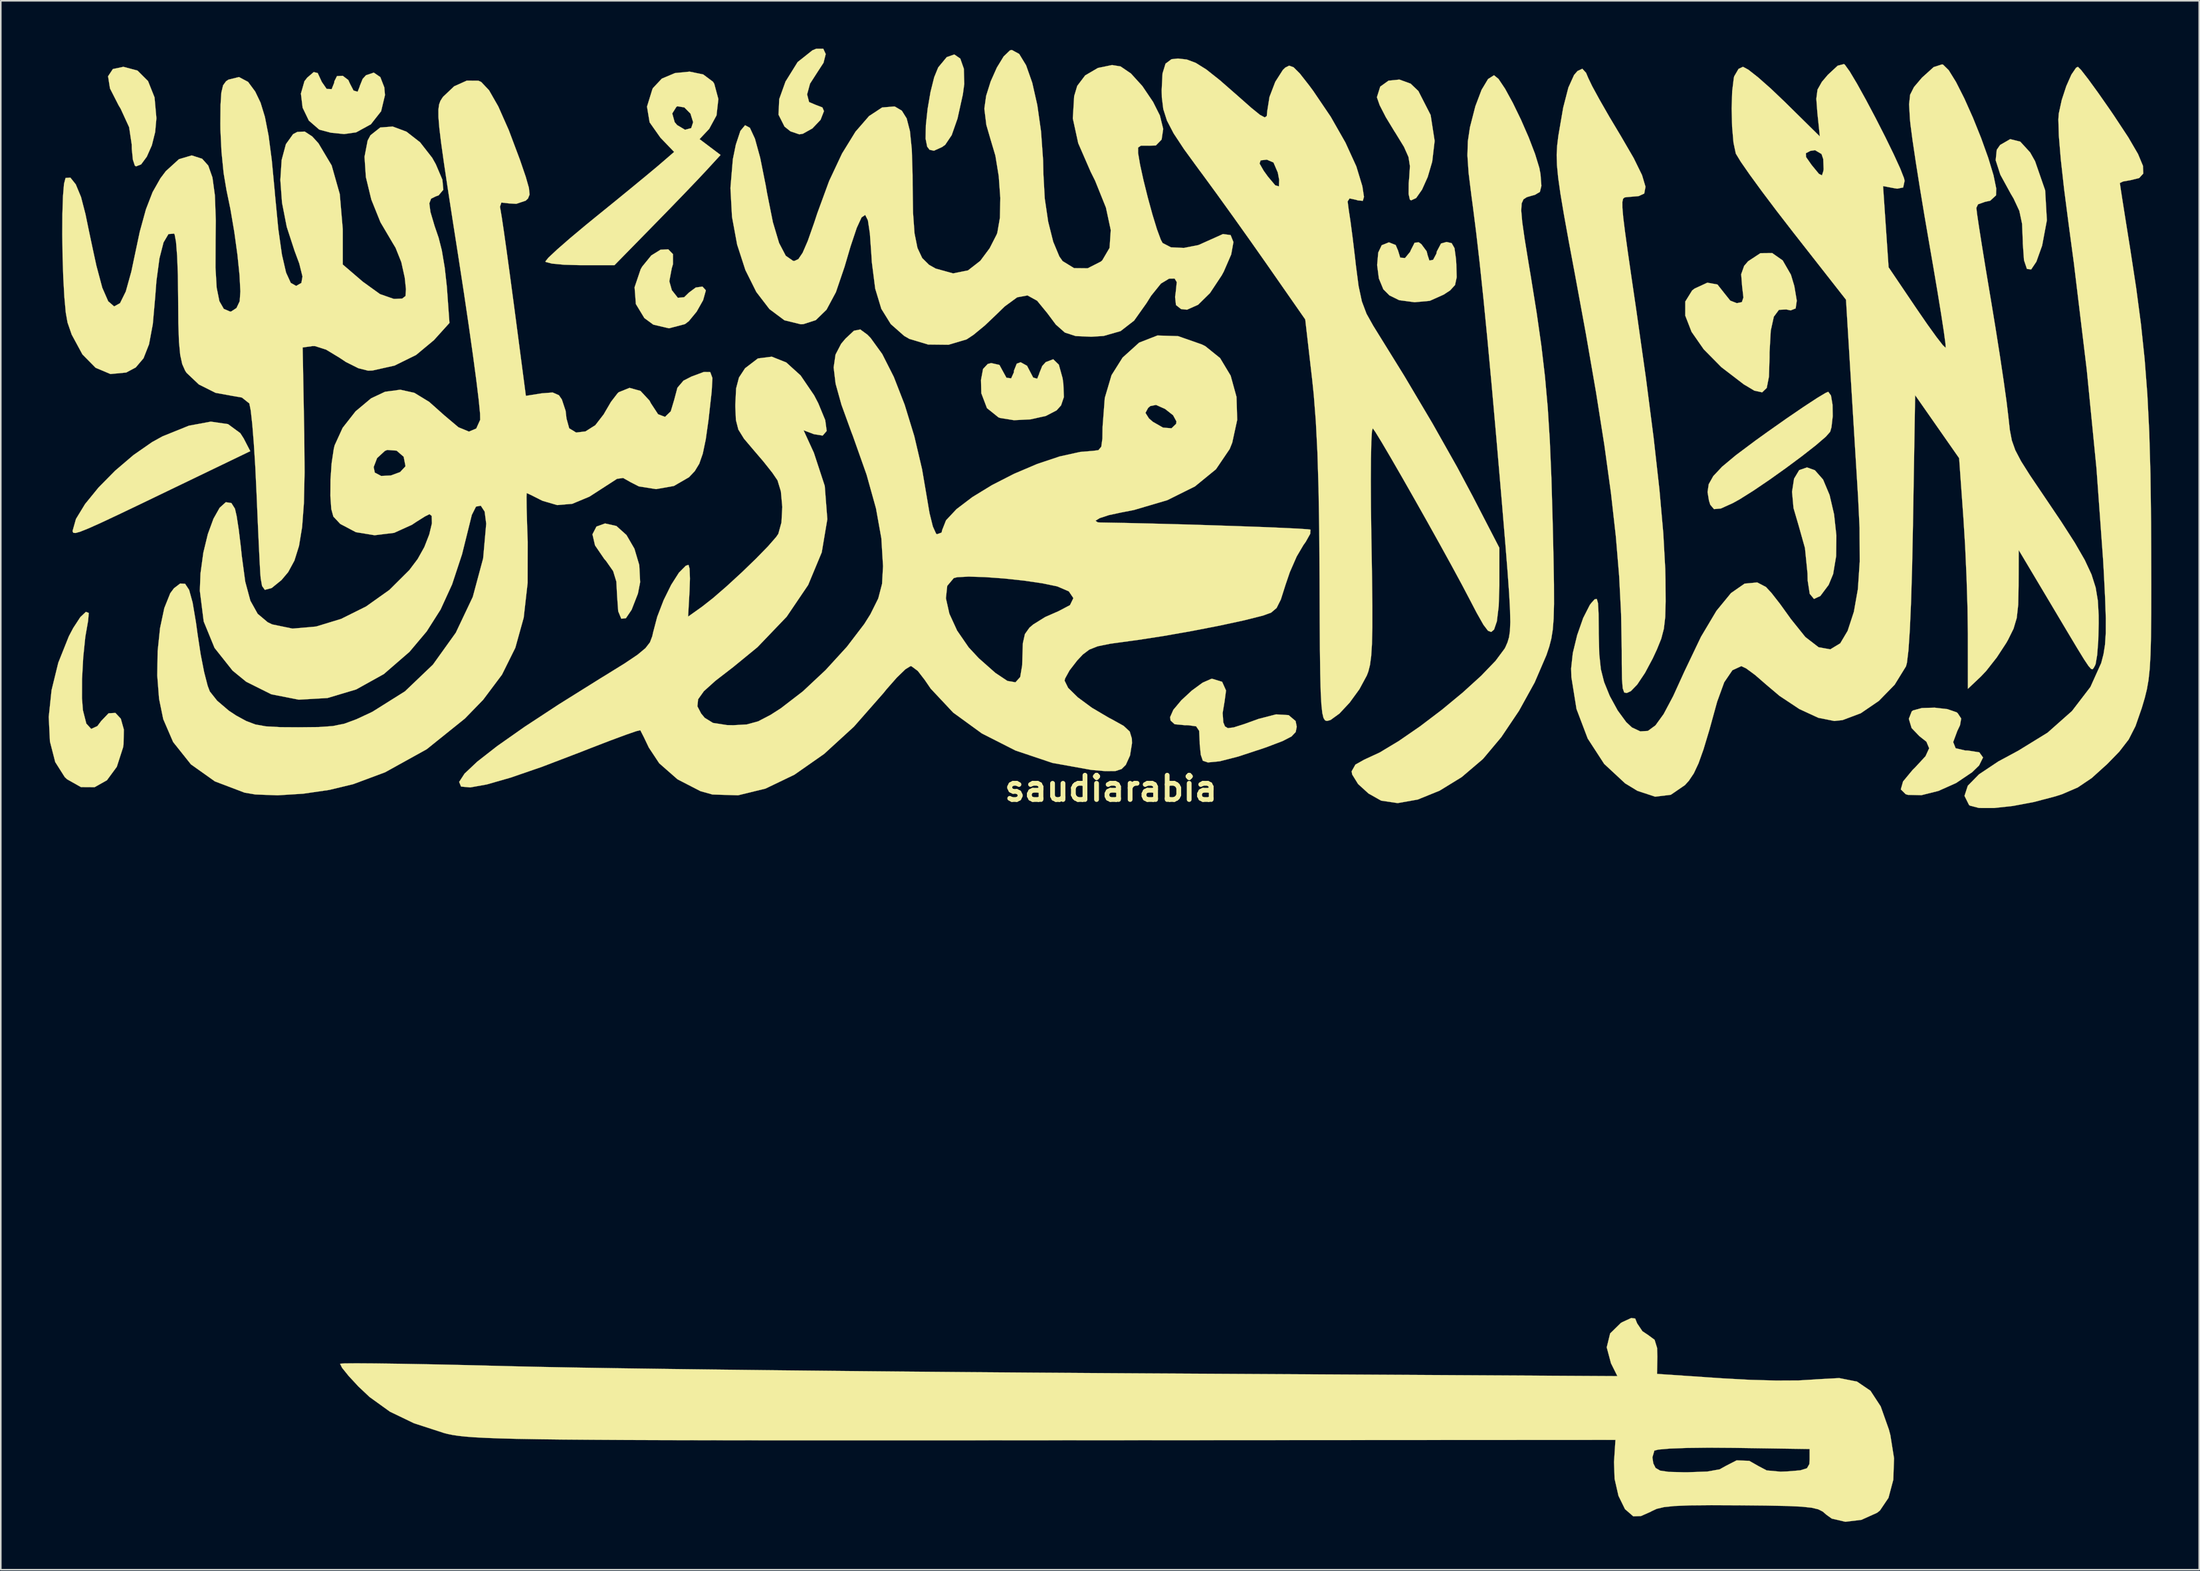
<source format=kicad_pcb>
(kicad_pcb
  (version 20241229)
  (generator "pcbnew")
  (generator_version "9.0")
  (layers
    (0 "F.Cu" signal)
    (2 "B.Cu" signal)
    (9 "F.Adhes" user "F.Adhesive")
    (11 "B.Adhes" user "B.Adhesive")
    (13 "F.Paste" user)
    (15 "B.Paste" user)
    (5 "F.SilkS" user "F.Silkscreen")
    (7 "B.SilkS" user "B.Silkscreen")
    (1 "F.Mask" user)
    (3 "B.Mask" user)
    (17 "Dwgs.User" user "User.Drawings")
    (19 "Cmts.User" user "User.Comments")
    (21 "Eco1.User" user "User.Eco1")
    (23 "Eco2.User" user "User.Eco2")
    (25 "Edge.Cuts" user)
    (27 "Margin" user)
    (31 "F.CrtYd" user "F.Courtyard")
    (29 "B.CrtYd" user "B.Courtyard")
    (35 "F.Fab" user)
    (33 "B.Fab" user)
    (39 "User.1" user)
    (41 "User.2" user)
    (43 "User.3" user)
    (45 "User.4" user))
  (footprint "saudiarabia"
    (layer "F.Cu")
    (at 66.589 46.382)
    (property "Reference" "saudiarabia" (at 0 0 0) (layer "F.SilkS") (effects (font (size 1.524 1.524) (thickness 0.3))))
    (attr through_hole)
    (fp_poly (pts (xy -31.002 -16.458) (xy -30.37 -15.89) (xy -29.873 -15.034) (xy -29.569 -14.009) (xy -29.514 -12.935) (xy -29.653 -12.22) (xy -30.049 -11.204) (xy -30.406 -10.677) (xy -30.696 -10.643) (xy -30.889 -11.108) (xy -30.956 -12.029) (xy -31.005 -12.969) (xy -31.207 -13.63) (xy -31.647 -14.259) (xy -31.77 -14.402) (xy -32.343 -15.242) (xy -32.504 -15.937) (xy -32.253 -16.422) (xy -31.715 -16.617) (xy -31.002 -16.458)) (stroke (width 0.01) (type solid)) (fill yes) (layer "F.SilkS"))
    (fp_poly (pts (xy -9.447 -45.759) (xy -9.225 -45.124) (xy -9.199 -44.165) (xy -9.288 -43.507) (xy -9.623 -41.995) (xy -9.985 -40.961) (xy -10.392 -40.356) (xy -10.587 -40.215) (xy -11.1 -39.983) (xy -11.375 -40.043) (xy -11.523 -40.238) (xy -11.622 -40.734) (xy -11.606 -41.578) (xy -11.496 -42.61) (xy -11.314 -43.668) (xy -11.084 -44.59) (xy -10.833 -45.205) (xy -10.298 -45.851) (xy -9.821 -46.018) (xy -9.447 -45.759)) (stroke (width 0.01) (type solid)) (fill yes) (layer "F.SilkS"))
    (fp_poly (pts (xy -61.021 -45.008) (xy -60.359 -44.347) (xy -59.952 -43.328) (xy -59.835 -42.02) (xy -59.913 -41.152) (xy -60.12 -40.323) (xy -60.437 -39.608) (xy -60.792 -39.127) (xy -61.111 -39.002) (xy -61.189 -39.052) (xy -61.309 -39.417) (xy -61.378 -40.098) (xy -61.383 -40.375) (xy -61.546 -41.459) (xy -62.076 -42.614) (xy -62.202 -42.822) (xy -62.745 -43.887) (xy -62.866 -44.65) (xy -62.565 -45.104) (xy -61.905 -45.244) (xy -61.021 -45.008)) (stroke (width 0.01) (type solid)) (fill yes) (layer "F.SilkS"))
    (fp_poly (pts (xy 44.119 -19.952) (xy 44.633 -19.368) (xy 45.04 -18.4) (xy 45.322 -17.186) (xy 45.465 -15.864) (xy 45.451 -14.571) (xy 45.263 -13.446) (xy 44.982 -12.766) (xy 44.46 -12.069) (xy 44.062 -11.884) (xy 43.795 -12.208) (xy 43.667 -13.035) (xy 43.656 -13.484) (xy 43.497 -15.073) (xy 43.114 -16.438) (xy 42.779 -17.581) (xy 42.687 -18.603) (xy 42.813 -19.424) (xy 43.134 -19.96) (xy 43.626 -20.13) (xy 44.119 -19.952)) (stroke (width 0.01) (type solid)) (fill yes) (layer "F.SilkS"))
    (fp_poly (pts (xy 56.992 -40.553) (xy 57.61 -39.877) (xy 57.919 -39.329) (xy 58.552 -37.503) (xy 58.66 -35.624) (xy 58.363 -34.037) (xy 58.002 -33.027) (xy 57.676 -32.541) (xy 57.409 -32.573) (xy 57.226 -33.118) (xy 57.151 -34.171) (xy 57.15 -34.3) (xy 57.106 -35.398) (xy 56.934 -36.212) (xy 56.573 -36.987) (xy 56.401 -37.277) (xy 55.741 -38.484) (xy 55.451 -39.385) (xy 55.517 -40.039) (xy 55.728 -40.344) (xy 56.36 -40.71) (xy 56.992 -40.553)) (stroke (width 0.01) (type solid)) (fill yes) (layer "F.SilkS"))
    (fp_poly (pts (xy -18.037 -46.377) (xy -17.882 -46.044) (xy -18.02 -45.496) (xy -18.387 -44.933) (xy -18.867 -44.186) (xy -19.049 -43.514) (xy -18.925 -43.034) (xy -18.521 -42.862) (xy -18.09 -42.697) (xy -17.992 -42.466) (xy -18.206 -41.919) (xy -18.716 -41.382) (xy -19.317 -41.046) (xy -19.538 -41.01) (xy -20.09 -41.196) (xy -20.464 -41.494) (xy -20.841 -42.242) (xy -20.797 -43.22) (xy -20.404 -44.318) (xy -19.645 -45.54) (xy -18.719 -46.276) (xy -18.477 -46.377) (xy -18.037 -46.377)) (stroke (width 0.01) (type solid)) (fill yes) (layer "F.SilkS"))
    (fp_poly (pts (xy -55.346 -22.844) (xy -54.576 -22.277) (xy -54.365 -21.948) (xy -53.952 -21.149) (xy -58.925 -18.752) (xy -60.796 -17.851) (xy -62.245 -17.158) (xy -63.326 -16.651) (xy -64.092 -16.308) (xy -64.597 -16.105) (xy -64.895 -16.019) (xy -65.04 -16.029) (xy -65.085 -16.111) (xy -65.088 -16.157) (xy -64.878 -16.899) (xy -64.307 -17.835) (xy -63.459 -18.875) (xy -62.419 -19.928) (xy -61.274 -20.905) (xy -60.107 -21.717) (xy -59.456 -22.077) (xy -57.802 -22.745) (xy -56.427 -23) (xy -55.346 -22.844)) (stroke (width 0.01) (type solid)) (fill yes) (layer "F.SilkS"))
    (fp_poly (pts (xy 18.781 -44.188) (xy 19.267 -43.722) (xy 20.034 -42.221) (xy 20.285 -40.6) (xy 20.133 -39.298) (xy 19.851 -38.338) (xy 19.495 -37.544) (xy 19.128 -37.02) (xy 18.812 -36.871) (xy 18.731 -36.92) (xy 18.653 -37.268) (xy 18.659 -37.945) (xy 18.693 -38.327) (xy 18.736 -39.017) (xy 18.645 -39.591) (xy 18.363 -40.225) (xy 17.833 -41.091) (xy 17.751 -41.218) (xy 17.223 -42.088) (xy 16.838 -42.838) (xy 16.671 -43.317) (xy 16.669 -43.348) (xy 16.874 -44.002) (xy 17.393 -44.375) (xy 18.077 -44.444) (xy 18.781 -44.188)) (stroke (width 0.01) (type solid)) (fill yes) (layer "F.SilkS"))
    (fp_poly (pts (xy -27.457 -33.501) (xy -27.456 -32.876) (xy -27.533 -32.612) (xy -27.686 -31.8) (xy -27.527 -31.24) (xy -27.15 -30.762) (xy -26.757 -30.799) (xy -26.458 -31.089) (xy -26.029 -31.408) (xy -25.609 -31.466) (xy -25.401 -31.24) (xy -25.4 -31.208) (xy -25.568 -30.611) (xy -25.973 -29.894) (xy -26.463 -29.298) (xy -26.708 -29.112) (xy -27.709 -28.85) (xy -28.688 -29.08) (xy -29.248 -29.489) (xy -29.783 -30.371) (xy -29.863 -31.426) (xy -29.483 -32.55) (xy -29.386 -32.719) (xy -28.817 -33.418) (xy -28.239 -33.777) (xy -27.752 -33.803) (xy -27.457 -33.501)) (stroke (width 0.01) (type solid)) (fill yes) (layer "F.SilkS"))
    (fp_poly (pts (xy 45.127 -24.639) (xy 45.224 -24.069) (xy 45.237 -23.345) (xy 45.159 -22.654) (xy 45.079 -22.368) (xy 44.806 -22.057) (xy 44.19 -21.527) (xy 43.328 -20.851) (xy 42.32 -20.102) (xy 41.265 -19.35) (xy 40.26 -18.669) (xy 39.404 -18.131) (xy 38.973 -17.892) (xy 38.224 -17.554) (xy 37.795 -17.515) (xy 37.562 -17.788) (xy 37.479 -18.05) (xy 37.391 -18.586) (xy 37.464 -19.078) (xy 37.75 -19.587) (xy 38.3 -20.173) (xy 39.166 -20.896) (xy 40.399 -21.818) (xy 41.149 -22.357) (xy 42.349 -23.202) (xy 43.409 -23.926) (xy 44.251 -24.477) (xy 44.796 -24.804) (xy 44.957 -24.871) (xy 45.127 -24.639)) (stroke (width 0.01) (type solid)) (fill yes) (layer "F.SilkS"))
    (fp_poly (pts (xy -64.075 -11.005) (xy -64.116 -10.517) (xy -64.292 -9.505) (xy -64.423 -8.219) (xy -64.496 -6.868) (xy -64.5 -5.658) (xy -64.442 -4.911) (xy -64.228 -4.071) (xy -63.922 -3.736) (xy -63.537 -3.914) (xy -63.297 -4.233) (xy -62.835 -4.716) (xy -62.405 -4.74) (xy -62.066 -4.377) (xy -61.876 -3.698) (xy -61.894 -2.774) (xy -61.926 -2.572) (xy -62.317 -1.361) (xy -62.936 -0.519) (xy -63.71 -0.083) (xy -64.565 -0.089) (xy -65.43 -0.576) (xy -65.581 -0.717) (xy -66.177 -1.657) (xy -66.509 -2.948) (xy -66.584 -4.487) (xy -66.407 -6.168) (xy -65.985 -7.889) (xy -65.324 -9.544) (xy -65.05 -10.064) (xy -64.6 -10.751) (xy -64.256 -11.075) (xy -64.075 -11.005)) (stroke (width 0.01) (type solid)) (fill yes) (layer "F.SilkS"))
    (fp_poly (pts (xy 52.426 -4.976) (xy 52.994 -4.782) (xy 53.068 -4.724) (xy 53.289 -4.388) (xy 53.215 -3.964) (xy 53.045 -3.607) (xy 52.787 -2.911) (xy 52.942 -2.524) (xy 53.54 -2.385) (xy 53.71 -2.381) (xy 54.425 -2.268) (xy 54.659 -1.946) (xy 54.41 -1.443) (xy 53.975 -1.021) (xy 52.972 -0.345) (xy 51.86 0.152) (xy 50.798 0.417) (xy 49.945 0.398) (xy 49.808 0.354) (xy 49.504 0.053) (xy 49.645 -0.444) (xy 50.241 -1.163) (xy 50.403 -1.323) (xy 51.051 -2.023) (xy 51.281 -2.524) (xy 51.109 -2.934) (xy 50.668 -3.283) (xy 50.181 -3.79) (xy 50.006 -4.368) (xy 50.188 -4.832) (xy 50.272 -4.896) (xy 50.829 -5.047) (xy 51.625 -5.069) (xy 52.426 -4.976)) (stroke (width 0.01) (type solid)) (fill yes) (layer "F.SilkS"))
    (fp_poly (pts (xy -49.725 -44.852) (xy -49.482 -44.329) (xy -49.471 -44.302) (xy -49.164 -43.858) (xy -48.85 -43.845) (xy -48.686 -44.257) (xy -48.683 -44.333) (xy -48.517 -44.663) (xy -48.155 -44.68) (xy -47.807 -44.416) (xy -47.702 -44.185) (xy -47.478 -43.756) (xy -47.223 -43.68) (xy -47.096 -44.001) (xy -47.096 -44.021) (xy -46.909 -44.484) (xy -46.699 -44.715) (xy -46.21 -44.88) (xy -45.801 -44.6) (xy -45.55 -43.956) (xy -45.508 -43.471) (xy -45.75 -42.458) (xy -46.392 -41.641) (xy -47.315 -41.135) (xy -48.068 -41.028) (xy -48.897 -41.112) (xy -49.585 -41.293) (xy -49.645 -41.32) (xy -50.28 -41.871) (xy -50.671 -42.681) (xy -50.778 -43.567) (xy -50.556 -44.342) (xy -50.384 -44.563) (xy -49.974 -44.915) (xy -49.725 -44.852)) (stroke (width 0.01) (type solid)) (fill yes) (layer "F.SilkS"))
    (fp_poly (pts (xy -3.271 -26.571) (xy -3.034 -25.717) (xy -2.986 -25.356) (xy -2.954 -24.542) (xy -3.13 -24.019) (xy -3.41 -23.707) (xy -4.084 -23.356) (xy -5.05 -23.142) (xy -6.081 -23.09) (xy -6.951 -23.229) (xy -7.06 -23.271) (xy -7.776 -23.846) (xy -8.13 -24.778) (xy -8.151 -25.61) (xy -8.022 -26.301) (xy -7.729 -26.614) (xy -7.509 -26.671) (xy -6.994 -26.555) (xy -6.806 -26.208) (xy -6.555 -25.753) (xy -6.26 -25.713) (xy -6.09 -26.088) (xy -6.085 -26.194) (xy -5.909 -26.633) (xy -5.664 -26.723) (xy -5.263 -26.501) (xy -5.104 -26.194) (xy -4.88 -25.765) (xy -4.626 -25.689) (xy -4.498 -26.009) (xy -4.498 -26.029) (xy -4.311 -26.49) (xy -4.09 -26.732) (xy -3.622 -26.91) (xy -3.271 -26.571)) (stroke (width 0.01) (type solid)) (fill yes) (layer "F.SilkS"))
    (fp_poly (pts (xy 21.352 -34.188) (xy 21.53 -33.876) (xy 21.622 -33.203) (xy 21.643 -32.879) (xy 21.667 -32.052) (xy 21.563 -31.564) (xy 21.253 -31.225) (xy 20.85 -30.962) (xy 19.981 -30.573) (xy 19.029 -30.485) (xy 18.06 -30.614) (xy 17.451 -30.914) (xy 17.068 -31.298) (xy 16.789 -31.974) (xy 16.68 -32.817) (xy 16.749 -33.6) (xy 16.966 -34.058) (xy 17.418 -34.24) (xy 17.842 -34.073) (xy 17.992 -33.722) (xy 18.126 -33.28) (xy 18.428 -33.256) (xy 18.747 -33.643) (xy 18.79 -33.747) (xy 19.029 -34.216) (xy 19.29 -34.242) (xy 19.451 -34.128) (xy 19.785 -33.677) (xy 19.844 -33.437) (xy 19.956 -33.097) (xy 20.19 -33.147) (xy 20.392 -33.526) (xy 20.421 -33.668) (xy 20.684 -34.166) (xy 21.034 -34.264) (xy 21.352 -34.188)) (stroke (width 0.01) (type solid)) (fill yes) (layer "F.SilkS"))
    (fp_poly (pts (xy 42.101 -33.107) (xy 42.617 -32.211) (xy 42.831 -31.496) (xy 42.984 -30.583) (xy 42.913 -30.096) (xy 42.598 -29.973) (xy 42.327 -30.032) (xy 41.866 -30.009) (xy 41.545 -29.578) (xy 41.353 -28.704) (xy 41.277 -27.352) (xy 41.275 -27.005) (xy 41.239 -25.82) (xy 41.101 -25.113) (xy 40.813 -24.836) (xy 40.328 -24.94) (xy 39.663 -25.336) (xy 38.252 -26.418) (xy 37.15 -27.535) (xy 36.388 -28.63) (xy 35.993 -29.647) (xy 35.995 -30.53) (xy 36.423 -31.222) (xy 36.571 -31.338) (xy 37.378 -31.711) (xy 38.013 -31.596) (xy 38.413 -31.089) (xy 38.814 -30.587) (xy 39.224 -30.427) (xy 39.542 -30.493) (xy 39.639 -30.786) (xy 39.562 -31.447) (xy 39.559 -31.466) (xy 39.498 -32.24) (xy 39.684 -32.764) (xy 39.932 -33.053) (xy 40.702 -33.559) (xy 41.444 -33.567) (xy 42.101 -33.107)) (stroke (width 0.01) (type solid)) (fill yes) (layer "F.SilkS"))
    (fp_poly (pts (xy 6.965 -6.69) (xy 7.209 -6.145) (xy 7.119 -5.469) (xy 6.997 -4.733) (xy 7.038 -4.149) (xy 7.142 -3.896) (xy 7.323 -3.786) (xy 7.689 -3.831) (xy 8.347 -4.04) (xy 9.245 -4.364) (xy 10.343 -4.648) (xy 11.134 -4.6) (xy 11.57 -4.231) (xy 11.642 -3.873) (xy 11.576 -3.541) (xy 11.313 -3.263) (xy 10.756 -2.975) (xy 9.805 -2.613) (xy 9.591 -2.537) (xy 7.979 -2.006) (xy 6.814 -1.707) (xy 6.071 -1.634) (xy 5.754 -1.743) (xy 5.626 -2.115) (xy 5.559 -2.785) (xy 5.556 -2.955) (xy 5.525 -3.614) (xy 5.335 -3.899) (xy 4.845 -3.967) (xy 4.63 -3.969) (xy 3.988 -4.03) (xy 3.731 -4.265) (xy 3.704 -4.477) (xy 3.905 -4.933) (xy 4.409 -5.534) (xy 5.071 -6.147) (xy 5.744 -6.638) (xy 6.281 -6.874) (xy 6.345 -6.879) (xy 6.965 -6.69)) (stroke (width 0.01) (type solid)) (fill yes) (layer "F.SilkS"))
    (fp_poly (pts (xy -25.561 -44.765) (xy -24.948 -44.307) (xy -24.869 -44.181) (xy -24.612 -43.222) (xy -24.727 -42.198) (xy -25.187 -41.352) (xy -25.198 -41.341) (xy -25.79 -40.71) (xy -25.132 -40.214) (xy -24.474 -39.717) (xy -25.399 -38.71) (xy -25.949 -38.125) (xy -26.761 -37.276) (xy -27.725 -36.279) (xy -28.724 -35.256) (xy -31.123 -32.808) (xy -33.289 -32.808) (xy -34.284 -32.835) (xy -35.038 -32.906) (xy -35.427 -33.007) (xy -35.454 -33.045) (xy -35.259 -33.285) (xy -34.72 -33.79) (xy -33.91 -34.497) (xy -32.9 -35.342) (xy -32.345 -35.795) (xy -31.169 -36.749) (xy -30.062 -37.654) (xy -29.126 -38.425) (xy -28.463 -38.978) (xy -28.31 -39.108) (xy -27.384 -39.907) (xy -28.244 -40.802) (xy -28.921 -41.763) (xy -29.014 -42.319) (xy -27.502 -42.319) (xy -27.351 -41.777) (xy -27.199 -41.593) (xy -26.7 -41.297) (xy -26.315 -41.401) (xy -26.194 -41.772) (xy -26.361 -42.311) (xy -26.745 -42.698) (xy -27.173 -42.77) (xy -27.24 -42.737) (xy -27.502 -42.319) (xy -29.014 -42.319) (xy -29.085 -42.748) (xy -28.748 -43.84) (xy -28.712 -43.912) (xy -28.155 -44.504) (xy -27.332 -44.851) (xy -26.412 -44.942) (xy -25.561 -44.765)) (stroke (width 0.01) (type solid)) (fill yes) (layer "F.SilkS"))
    (fp_poly (pts (xy 29.777 -44.865) (xy 29.911 -44.547) (xy 30.158 -44.032) (xy 30.62 -43.185) (xy 31.229 -42.123) (xy 31.921 -40.966) (xy 31.923 -40.964) (xy 32.763 -39.519) (xy 33.286 -38.452) (xy 33.502 -37.725) (xy 33.423 -37.299) (xy 33.069 -37.138) (xy 32.45 -37.084) (xy 32.308 -37.072) (xy 32.184 -37.051) (xy 32.097 -36.971) (xy 32.052 -36.774) (xy 32.054 -36.401) (xy 32.107 -35.794) (xy 32.219 -34.893) (xy 32.392 -33.64) (xy 32.633 -31.976) (xy 32.919 -30.03) (xy 33.525 -25.757) (xy 34.01 -21.995) (xy 34.374 -18.744) (xy 34.617 -16) (xy 34.74 -13.76) (xy 34.755 -13.097) (xy 34.764 -11.73) (xy 34.738 -10.751) (xy 34.653 -10.017) (xy 34.488 -9.387) (xy 34.218 -8.72) (xy 33.957 -8.158) (xy 33.471 -7.248) (xy 32.981 -6.515) (xy 32.588 -6.11) (xy 32.568 -6.098) (xy 32.325 -5.987) (xy 32.165 -6.022) (xy 32.073 -6.286) (xy 32.028 -6.861) (xy 32.014 -7.832) (xy 32.012 -8.656) (xy 31.972 -10.941) (xy 31.851 -13.306) (xy 31.642 -15.814) (xy 31.336 -18.527) (xy 30.926 -21.509) (xy 30.404 -24.821) (xy 29.762 -28.526) (xy 29.086 -32.199) (xy 28.69 -34.313) (xy 28.388 -35.984) (xy 28.17 -37.285) (xy 28.028 -38.292) (xy 27.952 -39.079) (xy 27.933 -39.721) (xy 27.963 -40.294) (xy 28.033 -40.872) (xy 28.041 -40.93) (xy 28.342 -42.685) (xy 28.667 -43.943) (xy 29.024 -44.733) (xy 29.237 -44.979) (xy 29.542 -45.122) (xy 29.777 -44.865)) (stroke (width 0.01) (type solid)) (fill yes) (layer "F.SilkS"))
    (fp_poly (pts (xy 60.811 -45.037) (xy 61.252 -44.47) (xy 61.869 -43.621) (xy 62.602 -42.572) (xy 62.831 -42.237) (xy 63.761 -40.828) (xy 64.373 -39.778) (xy 64.682 -39.038) (xy 64.702 -38.553) (xy 64.449 -38.273) (xy 63.961 -38.149) (xy 63.434 -38.054) (xy 63.235 -37.959) (xy 63.275 -37.675) (xy 63.385 -36.96) (xy 63.551 -35.907) (xy 63.758 -34.608) (xy 63.886 -33.809) (xy 64.259 -31.37) (xy 64.557 -29.112) (xy 64.787 -26.926) (xy 64.958 -24.702) (xy 65.077 -22.331) (xy 65.152 -19.704) (xy 65.191 -16.711) (xy 65.198 -15.081) (xy 65.203 -12.787) (xy 65.2 -10.953) (xy 65.186 -9.508) (xy 65.156 -8.382) (xy 65.106 -7.507) (xy 65.032 -6.811) (xy 64.93 -6.225) (xy 64.796 -5.679) (xy 64.626 -5.104) (xy 64.602 -5.027) (xy 64.214 -3.91) (xy 63.79 -3.077) (xy 63.199 -2.312) (xy 62.449 -1.541) (xy 61.47 -0.656) (xy 60.597 -0.068) (xy 59.623 0.352) (xy 59.226 0.482) (xy 57.867 0.842) (xy 56.535 1.093) (xy 55.343 1.223) (xy 54.405 1.22) (xy 53.836 1.073) (xy 53.777 1.026) (xy 53.496 0.461) (xy 53.703 -0.174) (xy 54.405 -0.89) (xy 55.611 -1.695) (xy 56.869 -2.373) (xy 58.701 -3.5) (xy 60.233 -4.858) (xy 61.388 -6.365) (xy 62.066 -7.869) (xy 62.21 -8.425) (xy 62.304 -9.019) (xy 62.351 -9.744) (xy 62.353 -10.688) (xy 62.31 -11.944) (xy 62.226 -13.603) (xy 62.183 -14.351) (xy 61.77 -20.059) (xy 61.161 -26.24) (xy 60.357 -32.902) (xy 60.032 -35.322) (xy 59.741 -37.571) (xy 59.532 -39.451) (xy 59.41 -40.922) (xy 59.379 -41.939) (xy 59.404 -42.304) (xy 59.591 -43.164) (xy 59.875 -44.031) (xy 60.195 -44.754) (xy 60.489 -45.185) (xy 60.605 -45.244) (xy 60.811 -45.037)) (stroke (width 0.01) (type solid)) (fill yes) (layer "F.SilkS"))
    (fp_poly (pts (xy 24.288 -44.485) (xy 24.7 -43.869) (xy 25.187 -42.979) (xy 25.698 -41.926) (xy 26.18 -40.822) (xy 26.58 -39.778) (xy 26.847 -38.907) (xy 26.92 -38.52) (xy 26.976 -37.781) (xy 26.882 -37.401) (xy 26.57 -37.217) (xy 26.359 -37.159) (xy 26.061 -37.072) (xy 25.855 -36.938) (xy 25.739 -36.682) (xy 25.712 -36.232) (xy 25.775 -35.514) (xy 25.926 -34.457) (xy 26.165 -32.987) (xy 26.317 -32.078) (xy 26.682 -29.804) (xy 26.973 -27.765) (xy 27.199 -25.835) (xy 27.373 -23.89) (xy 27.504 -21.804) (xy 27.604 -19.453) (xy 27.683 -16.71) (xy 27.691 -16.404) (xy 27.737 -14.367) (xy 27.764 -12.782) (xy 27.767 -11.569) (xy 27.743 -10.652) (xy 27.688 -9.952) (xy 27.598 -9.392) (xy 27.469 -8.894) (xy 27.297 -8.38) (xy 27.29 -8.359) (xy 26.554 -6.648) (xy 25.573 -4.873) (xy 24.464 -3.223) (xy 23.343 -1.887) (xy 23.27 -1.814) (xy 21.979 -0.715) (xy 20.596 0.135) (xy 19.224 0.692) (xy 17.967 0.914) (xy 16.933 0.761) (xy 16.139 0.313) (xy 15.484 -0.283) (xy 15.115 -0.881) (xy 15.081 -1.079) (xy 15.319 -1.501) (xy 15.872 -1.811) (xy 16.843 -2.26) (xy 18.04 -2.981) (xy 19.37 -3.898) (xy 20.736 -4.934) (xy 22.044 -6.016) (xy 23.199 -7.066) (xy 24.106 -8.009) (xy 24.671 -8.77) (xy 24.728 -8.879) (xy 24.854 -9.169) (xy 24.947 -9.484) (xy 25.005 -9.883) (xy 25.027 -10.429) (xy 25.011 -11.181) (xy 24.956 -12.202) (xy 24.86 -13.551) (xy 24.721 -15.292) (xy 24.538 -17.483) (xy 24.488 -18.083) (xy 24.16 -21.907) (xy 23.863 -25.252) (xy 23.593 -28.17) (xy 23.344 -30.709) (xy 23.111 -32.919) (xy 22.889 -34.851) (xy 22.673 -36.554) (xy 22.595 -37.132) (xy 22.414 -38.59) (xy 22.339 -39.686) (xy 22.366 -40.576) (xy 22.492 -41.416) (xy 22.506 -41.485) (xy 22.837 -42.774) (xy 23.226 -43.801) (xy 23.632 -44.477) (xy 24.005 -44.715) (xy 24.288 -44.485)) (stroke (width 0.01) (type solid)) (fill yes) (layer "F.SilkS"))
    (fp_poly (pts (xy 4.749 -45.701) (xy 5.311 -45.491) (xy 5.973 -45.077) (xy 6.827 -44.4) (xy 7.929 -43.436) (xy 8.791 -42.674) (xy 9.336 -42.232) (xy 9.636 -42.072) (xy 9.763 -42.156) (xy 9.79 -42.446) (xy 9.79 -42.457) (xy 9.933 -43.356) (xy 10.295 -44.303) (xy 10.771 -45.048) (xy 10.922 -45.195) (xy 11.165 -45.316) (xy 11.442 -45.215) (xy 11.832 -44.827) (xy 12.412 -44.088) (xy 12.67 -43.74) (xy 13.771 -42.114) (xy 14.694 -40.494) (xy 15.376 -39.002) (xy 15.753 -37.762) (xy 15.757 -37.74) (xy 15.855 -37.092) (xy 15.784 -36.841) (xy 15.484 -36.867) (xy 15.346 -36.909) (xy 14.952 -36.992) (xy 14.831 -36.805) (xy 14.906 -36.227) (xy 14.909 -36.211) (xy 15.01 -35.551) (xy 15.143 -34.54) (xy 15.286 -33.351) (xy 15.347 -32.808) (xy 15.518 -31.493) (xy 15.724 -30.535) (xy 16.015 -29.762) (xy 16.44 -29.003) (xy 16.46 -28.972) (xy 18.38 -25.872) (xy 20.145 -22.897) (xy 21.693 -20.154) (xy 22.668 -18.326) (xy 24.342 -15.089) (xy 24.342 -12.754) (xy 24.301 -11.439) (xy 24.185 -10.479) (xy 24.011 -9.968) (xy 23.832 -9.813) (xy 23.627 -9.891) (xy 23.342 -10.266) (xy 22.923 -11.006) (xy 22.49 -11.836) (xy 21.995 -12.777) (xy 21.353 -13.963) (xy 20.61 -15.312) (xy 19.811 -16.745) (xy 19.001 -18.181) (xy 18.227 -19.54) (xy 17.533 -20.741) (xy 16.966 -21.705) (xy 16.57 -22.35) (xy 16.405 -22.584) (xy 16.354 -22.391) (xy 16.316 -21.734) (xy 16.293 -20.676) (xy 16.285 -19.282) (xy 16.293 -17.617) (xy 16.318 -15.744) (xy 16.324 -15.441) (xy 16.361 -13.216) (xy 16.38 -11.455) (xy 16.38 -10.093) (xy 16.356 -9.065) (xy 16.308 -8.306) (xy 16.234 -7.752) (xy 16.13 -7.337) (xy 16.035 -7.087) (xy 15.567 -6.221) (xy 14.957 -5.384) (xy 14.317 -4.699) (xy 13.755 -4.293) (xy 13.532 -4.234) (xy 13.414 -4.273) (xy 13.318 -4.424) (xy 13.243 -4.74) (xy 13.186 -5.272) (xy 13.143 -6.072) (xy 13.114 -7.193) (xy 13.094 -8.686) (xy 13.081 -10.604) (xy 13.072 -12.998) (xy 13.072 -13.031) (xy 13.051 -16.153) (xy 13.007 -18.812) (xy 12.937 -21.075) (xy 12.838 -23.01) (xy 12.708 -24.681) (xy 12.611 -25.617) (xy 12.174 -29.406) (xy 9.745 -32.893) (xy 8.733 -34.333) (xy 7.65 -35.856) (xy 6.608 -37.303) (xy 5.721 -38.516) (xy 5.518 -38.788) (xy 5.231 -39.181) (xy 9.31 -39.181) (xy 9.569 -38.729) (xy 9.837 -38.357) (xy 10.295 -37.814) (xy 10.525 -37.748) (xy 10.539 -38.163) (xy 10.455 -38.61) (xy 10.184 -39.244) (xy 9.769 -39.423) (xy 9.378 -39.379) (xy 9.31 -39.181) (xy 5.231 -39.181) (xy 4.576 -40.08) (xy 3.922 -41.072) (xy 3.506 -41.873) (xy 3.277 -42.589) (xy 3.185 -43.328) (xy 3.175 -43.784) (xy 3.227 -44.827) (xy 3.416 -45.441) (xy 3.788 -45.719) (xy 4.195 -45.764) (xy 4.749 -45.701)) (stroke (width 0.01) (type solid)) (fill yes) (layer "F.SilkS"))
    (fp_poly (pts (xy 32.855 33.226) (xy 32.977 33.529) (xy 33.307 34.019) (xy 33.685 34.274) (xy 34.071 34.559) (xy 34.229 35.07) (xy 34.244 35.613) (xy 34.224 36.697) (xy 38.345 36.976) (xy 40.077 37.07) (xy 41.704 37.114) (xy 43.091 37.107) (xy 44.102 37.047) (xy 44.18 37.038) (xy 45.643 36.959) (xy 46.76 37.18) (xy 47.603 37.754) (xy 48.244 38.736) (xy 48.756 40.181) (xy 48.85 40.536) (xy 49.08 41.986) (xy 49.033 43.336) (xy 48.731 44.469) (xy 48.194 45.265) (xy 48.011 45.407) (xy 47.035 45.846) (xy 46.032 45.968) (xy 45.177 45.769) (xy 44.838 45.526) (xy 44.616 45.332) (xy 44.335 45.188) (xy 43.915 45.087) (xy 43.277 45.02) (xy 42.341 44.977) (xy 41.029 44.952) (xy 39.402 44.936) (xy 37.624 44.928) (xy 36.295 44.94) (xy 35.336 44.978) (xy 34.666 45.048) (xy 34.208 45.155) (xy 33.88 45.307) (xy 33.826 45.34) (xy 33.215 45.61) (xy 32.734 45.626) (xy 32.215 45.174) (xy 31.807 44.341) (xy 31.564 43.276) (xy 31.528 42.223) (xy 31.547 41.928) (xy 33.934 41.928) (xy 33.991 42.307) (xy 34.134 42.593) (xy 34.418 42.76) (xy 34.963 42.839) (xy 35.891 42.862) (xy 36.152 42.862) (xy 37.374 42.819) (xy 38.152 42.679) (xy 38.535 42.466) (xy 39.214 42.117) (xy 40.007 42.148) (xy 40.59 42.48) (xy 41.1 42.748) (xy 41.965 42.826) (xy 42.395 42.81) (xy 43.207 42.742) (xy 43.622 42.612) (xy 43.772 42.35) (xy 43.789 42.069) (xy 43.789 41.407) (xy 39.046 41.335) (xy 37.471 41.324) (xy 36.099 41.34) (xy 35.016 41.38) (xy 34.305 41.442) (xy 34.058 41.507) (xy 33.934 41.928) (xy 31.547 41.928) (xy 31.618 40.836) (xy -4.233 40.857) (xy -9.328 40.86) (xy -13.921 40.861) (xy -18.04 40.861) (xy -21.712 40.86) (xy -24.965 40.856) (xy -27.826 40.85) (xy -30.322 40.841) (xy -32.481 40.828) (xy -34.331 40.813) (xy -35.899 40.793) (xy -37.212 40.77) (xy -38.297 40.742) (xy -39.183 40.709) (xy -39.897 40.672) (xy -40.466 40.628) (xy -40.917 40.579) (xy -41.279 40.524) (xy -41.578 40.463) (xy -41.804 40.405) (xy -43.692 39.791) (xy -45.199 39.065) (xy -46.476 38.145) (xy -47.175 37.486) (xy -47.789 36.823) (xy -48.2 36.313) (xy -48.322 36.063) (xy -48.319 36.06) (xy -48.035 36.039) (xy -47.28 36.033) (xy -46.11 36.041) (xy -44.582 36.062) (xy -42.752 36.095) (xy -40.679 36.14) (xy -38.419 36.195) (xy -37.656 36.215) (xy -35.922 36.255) (xy -33.709 36.297) (xy -31.071 36.34) (xy -28.059 36.383) (xy -24.724 36.426) (xy -21.118 36.468) (xy -17.293 36.509) (xy -13.3 36.548) (xy -9.192 36.584) (xy -5.019 36.617) (xy -0.833 36.646) (xy 2.31 36.666) (xy 31.739 36.836) (xy 31.338 36.032) (xy 31.071 35.033) (xy 31.285 34.162) (xy 31.956 33.504) (xy 32.066 33.443) (xy 32.606 33.195) (xy 32.855 33.226)) (stroke (width 0.01) (type solid)) (fill yes) (layer "F.SilkS"))
    (fp_poly (pts (xy -5.756 -46.05) (xy -5.323 -45.34) (xy -4.938 -44.247) (xy -4.62 -42.841) (xy -4.387 -41.196) (xy -4.257 -39.383) (xy -4.237 -38.497) (xy -4.153 -36.983) (xy -3.939 -35.533) (xy -3.624 -34.279) (xy -3.239 -33.355) (xy -3.034 -33.064) (xy -2.317 -32.624) (xy -1.462 -32.615) (xy -0.637 -33.034) (xy -0.549 -33.111) (xy -0.091 -33.893) (xy -0.016 -35.006) (xy -0.319 -36.419) (xy -0.997 -38.103) (xy -1.28 -38.671) (xy -2.055 -40.452) (xy -2.395 -42.009) (xy -2.31 -43.407) (xy -2.118 -44.049) (xy -1.621 -44.705) (xy -0.821 -45.173) (xy 0.065 -45.355) (xy 0.598 -45.268) (xy 1.247 -44.826) (xy 1.966 -44.035) (xy 2.637 -43.042) (xy 3.062 -42.195) (xy 3.271 -41.349) (xy 3.172 -40.684) (xy 2.81 -40.312) (xy 2.359 -40.299) (xy 1.874 -40.299) (xy 1.698 -40.182) (xy 1.698 -39.832) (xy 1.821 -39.108) (xy 2.034 -38.138) (xy 2.304 -37.053) (xy 2.597 -35.983) (xy 2.88 -35.058) (xy 3.12 -34.408) (xy 3.234 -34.197) (xy 3.757 -33.928) (xy 4.566 -33.89) (xy 5.48 -34.07) (xy 6.248 -34.414) (xy 7.018 -34.76) (xy 7.497 -34.695) (xy 7.673 -34.256) (xy 7.534 -33.481) (xy 7.068 -32.407) (xy 6.939 -32.169) (xy 6.205 -31.061) (xy 5.458 -30.326) (xy 4.763 -30.016) (xy 4.39 -30.057) (xy 4.072 -30.308) (xy 4.016 -30.815) (xy 4.059 -31.144) (xy 4.12 -31.746) (xy 3.987 -31.971) (xy 3.641 -31.965) (xy 3.13 -31.656) (xy 2.515 -30.893) (xy 2.226 -30.43) (xy 1.448 -29.333) (xy 0.598 -28.675) (xy -0.465 -28.371) (xy -1.235 -28.322) (xy -2.216 -28.364) (xy -2.893 -28.584) (xy -3.46 -29.085) (xy -3.991 -29.797) (xy -4.633 -30.58) (xy -5.235 -30.912) (xy -5.883 -30.793) (xy -6.666 -30.22) (xy -7.155 -29.744) (xy -7.901 -29.034) (xy -8.621 -28.441) (xy -9.049 -28.157) (xy -10.186 -27.819) (xy -11.464 -27.833) (xy -12.641 -28.187) (xy -12.969 -28.377) (xy -13.805 -29.115) (xy -14.397 -30.071) (xy -14.78 -31.335) (xy -14.992 -33) (xy -15.023 -33.493) (xy -15.115 -34.797) (xy -15.239 -35.621) (xy -15.408 -35.958) (xy -15.636 -35.803) (xy -15.937 -35.148) (xy -16.325 -33.987) (xy -16.703 -32.703) (xy -17.243 -31.117) (xy -17.832 -30.018) (xy -18.504 -29.363) (xy -19.29 -29.11) (xy -19.45 -29.104) (xy -20.472 -29.354) (xy -21.41 -30.055) (xy -22.234 -31.129) (xy -22.918 -32.501) (xy -23.435 -34.096) (xy -23.756 -35.836) (xy -23.855 -37.646) (xy -23.704 -39.45) (xy -23.517 -40.364) (xy -23.231 -41.228) (xy -22.938 -41.581) (xy -22.635 -41.419) (xy -22.319 -40.738) (xy -21.989 -39.536) (xy -21.643 -37.809) (xy -21.555 -37.306) (xy -21.192 -35.495) (xy -20.805 -34.197) (xy -20.386 -33.398) (xy -19.929 -33.08) (xy -19.845 -33.073) (xy -19.598 -33.189) (xy -19.33 -33.585) (xy -19.008 -34.328) (xy -18.6 -35.488) (xy -18.414 -36.054) (xy -17.669 -38.086) (xy -16.86 -39.808) (xy -16.016 -41.178) (xy -15.169 -42.154) (xy -14.349 -42.694) (xy -13.585 -42.758) (xy -13.531 -42.742) (xy -13.112 -42.494) (xy -12.809 -42.009) (xy -12.605 -41.221) (xy -12.487 -40.063) (xy -12.438 -38.469) (xy -12.435 -37.81) (xy -12.409 -36.083) (xy -12.316 -34.803) (xy -12.132 -33.888) (xy -11.836 -33.257) (xy -11.405 -32.829) (xy -10.988 -32.595) (xy -9.898 -32.293) (xy -8.964 -32.481) (xy -8.193 -33.082) (xy -7.609 -33.868) (xy -7.165 -34.737) (xy -7.126 -34.846) (xy -6.964 -35.78) (xy -6.939 -37.026) (xy -7.038 -38.388) (xy -7.247 -39.671) (xy -7.537 -40.646) (xy -7.814 -41.596) (xy -7.937 -42.59) (xy -7.938 -42.639) (xy -7.828 -43.423) (xy -7.545 -44.324) (xy -7.157 -45.195) (xy -6.731 -45.893) (xy -6.337 -46.272) (xy -6.219 -46.302) (xy -5.756 -46.05)) (stroke (width 0.01) (type solid)) (fill yes) (layer "F.SilkS"))
    (fp_poly (pts (xy -54.09 -44.299) (xy -53.641 -43.692) (xy -53.307 -42.996) (xy -53.034 -42.103) (xy -52.805 -40.932) (xy -52.605 -39.403) (xy -52.419 -37.435) (xy -52.399 -37.194) (xy -52.195 -35.073) (xy -51.967 -33.462) (xy -51.708 -32.343) (xy -51.413 -31.698) (xy -51.077 -31.508) (xy -50.749 -31.695) (xy -50.679 -32.097) (xy -50.88 -32.908) (xy -51.179 -33.715) (xy -51.666 -35.21) (xy -51.961 -36.72) (xy -52.067 -38.149) (xy -51.985 -39.405) (xy -51.719 -40.394) (xy -51.27 -41.021) (xy -51.004 -41.162) (xy -50.539 -41.185) (xy -50.067 -40.877) (xy -49.678 -40.45) (xy -48.851 -39.062) (xy -48.342 -37.265) (xy -48.155 -35.076) (xy -48.154 -34.898) (xy -48.154 -32.85) (xy -46.897 -31.772) (xy -45.822 -30.996) (xy -44.966 -30.697) (xy -44.876 -30.693) (xy -44.429 -30.715) (xy -44.222 -30.874) (xy -44.194 -31.303) (xy -44.269 -32.024) (xy -44.485 -32.999) (xy -44.845 -33.899) (xy -45.013 -34.178) (xy -45.792 -35.499) (xy -46.365 -36.922) (xy -46.706 -38.331) (xy -46.791 -39.604) (xy -46.595 -40.623) (xy -46.419 -40.952) (xy -45.808 -41.438) (xy -45.026 -41.5) (xy -44.164 -41.179) (xy -43.309 -40.513) (xy -42.549 -39.54) (xy -42.322 -39.136) (xy -41.909 -38.167) (xy -41.851 -37.536) (xy -42.147 -37.185) (xy -42.331 -37.119) (xy -42.618 -36.977) (xy -42.729 -36.683) (xy -42.658 -36.143) (xy -42.398 -35.264) (xy -42.146 -34.528) (xy -41.946 -33.741) (xy -41.762 -32.646) (xy -41.631 -31.465) (xy -41.621 -31.328) (xy -41.467 -29.186) (xy -42.441 -28.108) (xy -43.558 -27.179) (xy -44.912 -26.512) (xy -46.294 -26.204) (xy -46.562 -26.194) (xy -47.177 -26.348) (xy -47.961 -26.74) (xy -48.361 -27.007) (xy -49.199 -27.513) (xy -49.898 -27.736) (xy -50.067 -27.734) (xy -50.668 -27.649) (xy -50.568 -22.208) (xy -50.548 -19.83) (xy -50.589 -17.913) (xy -50.702 -16.393) (xy -50.897 -15.206) (xy -51.185 -14.286) (xy -51.574 -13.569) (xy -51.994 -13.069) (xy -52.61 -12.569) (xy -53.041 -12.454) (xy -53.214 -12.7) (xy -53.292 -13.143) (xy -53.297 -13.163) (xy -53.323 -13.477) (xy -53.365 -14.236) (xy -53.42 -15.355) (xy -53.483 -16.75) (xy -53.551 -18.337) (xy -53.559 -18.521) (xy -53.636 -20.146) (xy -53.728 -21.609) (xy -53.825 -22.821) (xy -53.921 -23.691) (xy -54.008 -24.129) (xy -54.014 -24.143) (xy -54.479 -24.511) (xy -55.034 -24.606) (xy -56.13 -24.806) (xy -57.174 -25.329) (xy -57.947 -26.061) (xy -58.037 -26.199) (xy -58.217 -26.606) (xy -58.342 -27.177) (xy -58.421 -28.002) (xy -58.461 -29.172) (xy -58.473 -30.78) (xy -58.473 -30.783) (xy -58.49 -32.194) (xy -58.536 -33.385) (xy -58.605 -34.262) (xy -58.693 -34.733) (xy -58.726 -34.786) (xy -59.08 -34.758) (xy -59.389 -34.233) (xy -59.643 -33.243) (xy -59.834 -31.819) (xy -59.91 -30.827) (xy -60.061 -29.112) (xy -60.297 -27.85) (xy -60.644 -26.969) (xy -61.131 -26.396) (xy -61.728 -26.078) (xy -62.716 -25.984) (xy -63.647 -26.377) (xy -64.473 -27.214) (xy -65.144 -28.454) (xy -65.406 -29.21) (xy -65.516 -29.833) (xy -65.605 -30.809) (xy -65.673 -32.027) (xy -65.717 -33.377) (xy -65.736 -34.751) (xy -65.728 -36.037) (xy -65.692 -37.126) (xy -65.627 -37.908) (xy -65.531 -38.274) (xy -65.529 -38.276) (xy -65.227 -38.297) (xy -64.889 -37.874) (xy -64.56 -37.083) (xy -64.283 -36.015) (xy -64.056 -34.914) (xy -63.783 -33.632) (xy -63.596 -32.773) (xy -63.228 -31.395) (xy -62.856 -30.544) (xy -62.484 -30.222) (xy -62.115 -30.427) (xy -61.754 -31.159) (xy -61.404 -32.418) (xy -61.267 -33.073) (xy -60.879 -34.903) (xy -60.493 -36.307) (xy -60.074 -37.39) (xy -59.584 -38.254) (xy -59.245 -38.704) (xy -58.423 -39.452) (xy -57.622 -39.69) (xy -56.968 -39.48) (xy -56.586 -39.054) (xy -56.322 -38.304) (xy -56.168 -37.176) (xy -56.113 -35.615) (xy -56.126 -34.396) (xy -56.133 -32.66) (xy -56.058 -31.396) (xy -55.887 -30.55) (xy -55.611 -30.069) (xy -55.217 -29.9) (xy -55.161 -29.898) (xy -54.816 -30.123) (xy -54.615 -30.549) (xy -54.573 -31.164) (xy -54.624 -32.173) (xy -54.755 -33.45) (xy -54.95 -34.871) (xy -55.194 -36.312) (xy -55.444 -37.521) (xy -55.622 -38.583) (xy -55.756 -39.927) (xy -55.823 -41.309) (xy -55.827 -41.679) (xy -55.815 -42.864) (xy -55.765 -43.629) (xy -55.656 -44.085) (xy -55.47 -44.34) (xy -55.317 -44.44) (xy -54.661 -44.603) (xy -54.09 -44.299)) (stroke (width 0.01) (type solid)) (fill yes) (layer "F.SilkS"))
    (fp_poly (pts (xy -39.654 -44.373) (xy -39.475 -44.292) (xy -38.985 -43.773) (xy -38.406 -42.76) (xy -37.75 -41.28) (xy -37.052 -39.423) (xy -36.683 -38.344) (xy -36.486 -37.651) (xy -36.445 -37.234) (xy -36.545 -36.985) (xy -36.694 -36.849) (xy -37.279 -36.654) (xy -37.759 -36.682) (xy -38.212 -36.735) (xy -38.301 -36.472) (xy -38.255 -36.214) (xy -38.181 -35.769) (xy -38.051 -34.888) (xy -37.878 -33.661) (xy -37.675 -32.175) (xy -37.454 -30.521) (xy -37.398 -30.101) (xy -36.677 -24.616) (xy -35.694 -24.773) (xy -34.996 -24.827) (xy -34.606 -24.656) (xy -34.421 -24.389) (xy -34.186 -23.678) (xy -34.131 -23.197) (xy -33.961 -22.581) (xy -33.525 -22.316) (xy -32.942 -22.387) (xy -32.325 -22.777) (xy -31.791 -23.469) (xy -31.757 -23.533) (xy -31.342 -24.241) (xy -30.937 -24.768) (xy -30.858 -24.843) (xy -30.18 -25.117) (xy -29.493 -24.927) (xy -28.927 -24.317) (xy -28.84 -24.149) (xy -28.39 -23.464) (xy -27.957 -23.298) (xy -27.596 -23.645) (xy -27.38 -24.367) (xy -27.178 -25.126) (xy -26.8 -25.569) (xy -26.307 -25.822) (xy -25.531 -26.112) (xy -25.12 -26.106) (xy -24.983 -25.731) (xy -25.029 -24.914) (xy -25.04 -24.805) (xy -25.227 -23.126) (xy -25.402 -21.885) (xy -25.588 -20.993) (xy -25.809 -20.36) (xy -26.091 -19.896) (xy -26.455 -19.513) (xy -27.4 -18.966) (xy -28.515 -18.769) (xy -29.595 -18.939) (xy -30.115 -19.205) (xy -30.58 -19.468) (xy -30.965 -19.414) (xy -31.389 -19.139) (xy -32.693 -18.297) (xy -33.769 -17.848) (xy -34.716 -17.768) (xy -35.633 -18.036) (xy -35.815 -18.126) (xy -36.35 -18.397) (xy -36.621 -18.52) (xy -36.626 -18.521) (xy -36.637 -18.274) (xy -36.629 -17.602) (xy -36.602 -16.611) (xy -36.562 -15.473) (xy -36.566 -12.896) (xy -36.813 -10.71) (xy -37.338 -8.822) (xy -38.174 -7.138) (xy -39.354 -5.564) (xy -40.5 -4.385) (xy -42.895 -2.461) (xy -45.5 -1.018) (xy -47.493 -0.275) (xy -48.998 0.088) (xy -50.64 0.326) (xy -52.242 0.426) (xy -53.63 0.374) (xy -54.31 0.259) (xy -56.168 -0.446) (xy -57.672 -1.514) (xy -58.788 -2.915) (xy -59.407 -4.348) (xy -59.668 -5.621) (xy -59.782 -7.083) (xy -59.758 -8.605) (xy -59.607 -10.058) (xy -59.34 -11.314) (xy -58.967 -12.244) (xy -58.735 -12.555) (xy -58.345 -12.852) (xy -58.037 -12.834) (xy -57.785 -12.452) (xy -57.566 -11.66) (xy -57.355 -10.408) (xy -57.254 -9.67) (xy -57.063 -8.419) (xy -56.842 -7.291) (xy -56.621 -6.435) (xy -56.488 -6.085) (xy -56.028 -5.505) (xy -55.296 -4.88) (xy -54.833 -4.574) (xy -54.204 -4.231) (xy -53.631 -4.015) (xy -52.962 -3.896) (xy -52.047 -3.847) (xy -50.932 -3.84) (xy -49.682 -3.853) (xy -48.781 -3.916) (xy -48.047 -4.066) (xy -47.301 -4.342) (xy -46.363 -4.78) (xy -46.289 -4.816) (xy -44.258 -6.091) (xy -42.503 -7.767) (xy -41.07 -9.766) (xy -40.005 -12.012) (xy -39.355 -14.428) (xy -39.163 -16.603) (xy -39.261 -17.361) (xy -39.504 -17.731) (xy -39.802 -17.674) (xy -40.065 -17.152) (xy -40.103 -16.999) (xy -40.677 -14.687) (xy -41.301 -12.796) (xy -42.023 -11.219) (xy -42.894 -9.849) (xy -43.963 -8.579) (xy -43.983 -8.558) (xy -45.579 -7.175) (xy -47.313 -6.211) (xy -49.114 -5.673) (xy -50.91 -5.569) (xy -52.631 -5.906) (xy -54.206 -6.692) (xy -55.061 -7.391) (xy -56.191 -8.814) (xy -56.871 -10.473) (xy -57.113 -12.402) (xy -57.072 -13.48) (xy -56.894 -14.787) (xy -56.611 -15.954) (xy -56.259 -16.914) (xy -55.872 -17.601) (xy -55.485 -17.95) (xy -55.134 -17.894) (xy -54.912 -17.542) (xy -54.805 -17.076) (xy -54.675 -16.231) (xy -54.544 -15.153) (xy -54.487 -14.602) (xy -54.267 -12.964) (xy -53.946 -11.774) (xy -53.489 -10.954) (xy -52.864 -10.427) (xy -52.577 -10.288) (xy -51.301 -10.025) (xy -49.828 -10.155) (xy -48.259 -10.633) (xy -46.694 -11.412) (xy -45.234 -12.449) (xy -43.979 -13.698) (xy -43.458 -14.391) (xy -43.041 -15.139) (xy -42.732 -15.931) (xy -42.566 -16.627) (xy -42.58 -17.088) (xy -42.718 -17.198) (xy -42.991 -17.063) (xy -43.536 -16.722) (xy -43.814 -16.536) (xy -44.934 -16.028) (xy -46.157 -15.878) (xy -47.333 -16.07) (xy -48.313 -16.588) (xy -48.745 -17.05) (xy -48.874 -17.521) (xy -48.932 -18.348) (xy -48.924 -19.363) (xy -48.869 -20.151) (xy -46.218 -20.151) (xy -46.146 -19.805) (xy -45.75 -19.596) (xy -45.143 -19.624) (xy -44.56 -19.838) (xy -44.233 -20.188) (xy -44.225 -20.223) (xy -44.337 -20.799) (xy -44.781 -21.181) (xy -45.362 -21.226) (xy -45.514 -21.164) (xy -46.003 -20.714) (xy -46.218 -20.151) (xy -48.869 -20.151) (xy -48.852 -20.4) (xy -48.719 -21.289) (xy -48.664 -21.516) (xy -48.162 -22.613) (xy -47.351 -23.647) (xy -46.379 -24.461) (xy -45.506 -24.872) (xy -44.551 -25.001) (xy -43.667 -24.806) (xy -42.738 -24.239) (xy -41.785 -23.391) (xy -40.904 -22.648) (xy -40.244 -22.375) (xy -39.787 -22.569) (xy -39.541 -23.114) (xy -39.548 -23.499) (xy -39.631 -24.344) (xy -39.782 -25.585) (xy -39.993 -27.161) (xy -40.255 -29.009) (xy -40.559 -31.066) (xy -40.884 -33.184) (xy -41.271 -35.662) (xy -41.581 -37.671) (xy -41.819 -39.264) (xy -41.991 -40.496) (xy -42.102 -41.42) (xy -42.157 -42.089) (xy -42.16 -42.557) (xy -42.118 -42.878) (xy -42.036 -43.106) (xy -41.918 -43.294) (xy -41.861 -43.371) (xy -41.173 -44.022) (xy -40.381 -44.378) (xy -39.654 -44.373)) (stroke (width 0.01) (type solid)) (fill yes) (layer "F.SilkS"))
    (fp_poly (pts (xy 45.997 -45.376) (xy 46.3 -44.956) (xy 46.759 -44.187) (xy 47.319 -43.176) (xy 47.926 -42.031) (xy 48.523 -40.86) (xy 49.055 -39.77) (xy 49.468 -38.868) (xy 49.706 -38.262) (xy 49.742 -38.096) (xy 49.652 -37.678) (xy 49.281 -37.604) (xy 49.067 -37.638) (xy 48.392 -37.767) (xy 48.565 -35.222) (xy 48.739 -32.676) (xy 50.479 -30.1) (xy 51.164 -29.104) (xy 51.74 -28.305) (xy 52.145 -27.784) (xy 52.318 -27.624) (xy 52.302 -27.901) (xy 52.204 -28.626) (xy 52.035 -29.728) (xy 51.806 -31.134) (xy 51.529 -32.771) (xy 51.31 -34.036) (xy 50.989 -35.905) (xy 50.693 -37.695) (xy 50.438 -39.311) (xy 50.238 -40.655) (xy 50.11 -41.629) (xy 50.075 -41.975) (xy 50.024 -42.896) (xy 50.088 -43.495) (xy 50.329 -43.974) (xy 50.806 -44.536) (xy 50.838 -44.571) (xy 51.564 -45.227) (xy 52.091 -45.396) (xy 52.155 -45.378) (xy 52.506 -45.034) (xy 52.965 -44.292) (xy 53.486 -43.262) (xy 54.026 -42.053) (xy 54.54 -40.775) (xy 54.985 -39.536) (xy 55.315 -38.446) (xy 55.486 -37.615) (xy 55.472 -37.186) (xy 55.108 -36.849) (xy 54.777 -36.777) (xy 54.344 -36.623) (xy 54.24 -36.401) (xy 54.282 -36.036) (xy 54.401 -35.233) (xy 54.583 -34.077) (xy 54.814 -32.652) (xy 55.082 -31.043) (xy 55.149 -30.646) (xy 55.441 -28.871) (xy 55.715 -27.134) (xy 55.951 -25.554) (xy 56.133 -24.249) (xy 56.242 -23.339) (xy 56.246 -23.3) (xy 56.337 -22.479) (xy 56.464 -21.821) (xy 56.681 -21.209) (xy 57.04 -20.523) (xy 57.595 -19.644) (xy 58.399 -18.453) (xy 58.421 -18.421) (xy 59.552 -16.743) (xy 60.411 -15.407) (xy 61.033 -14.329) (xy 61.457 -13.421) (xy 61.718 -12.598) (xy 61.855 -11.774) (xy 61.905 -10.863) (xy 61.908 -10.358) (xy 61.881 -9.276) (xy 61.813 -8.376) (xy 61.716 -7.806) (xy 61.677 -7.711) (xy 61.597 -7.565) (xy 61.529 -7.475) (xy 61.432 -7.497) (xy 61.267 -7.684) (xy 60.993 -8.093) (xy 60.572 -8.779) (xy 59.963 -9.796) (xy 59.127 -11.201) (xy 58.944 -11.509) (xy 56.894 -14.949) (xy 56.887 -12.7) (xy 56.863 -11.524) (xy 56.771 -10.692) (xy 56.571 -10.019) (xy 56.225 -9.32) (xy 56.116 -9.128) (xy 55.523 -8.221) (xy 54.861 -7.378) (xy 54.531 -7.028) (xy 53.71 -6.251) (xy 53.708 -9.674) (xy 53.685 -11.326) (xy 53.624 -13.259) (xy 53.535 -15.227) (xy 53.432 -16.903) (xy 53.16 -20.709) (xy 51.781 -22.684) (xy 50.403 -24.658) (xy 50.266 -16.496) (xy 50.213 -13.892) (xy 50.147 -11.704) (xy 50.07 -9.957) (xy 49.984 -8.675) (xy 49.889 -7.884) (xy 49.829 -7.658) (xy 49.118 -6.506) (xy 48.128 -5.492) (xy 46.994 -4.718) (xy 45.849 -4.288) (xy 45.338 -4.233) (xy 44.336 -4.432) (xy 43.144 -4.982) (xy 41.893 -5.814) (xy 41.071 -6.509) (xy 40.378 -7.111) (xy 39.808 -7.532) (xy 39.509 -7.673) (xy 38.948 -7.414) (xy 38.435 -6.659) (xy 37.992 -5.44) (xy 37.965 -5.342) (xy 37.509 -3.687) (xy 37.14 -2.461) (xy 36.825 -1.577) (xy 36.529 -0.947) (xy 36.22 -0.487) (xy 35.975 -0.215) (xy 35.09 0.392) (xy 34.109 0.513) (xy 32.993 0.145) (xy 32.222 -0.325) (xy 30.911 -1.543) (xy 29.879 -3.132) (xy 29.177 -4.983) (xy 28.855 -6.989) (xy 28.84 -7.529) (xy 28.945 -8.492) (xy 29.219 -9.617) (xy 29.595 -10.691) (xy 30.007 -11.5) (xy 30.099 -11.625) (xy 30.314 -11.862) (xy 30.449 -11.885) (xy 30.525 -11.615) (xy 30.559 -10.979) (xy 30.571 -9.898) (xy 30.571 -9.733) (xy 30.602 -8.436) (xy 30.703 -7.48) (xy 30.906 -6.677) (xy 31.245 -5.84) (xy 31.274 -5.777) (xy 31.757 -4.894) (xy 32.292 -4.164) (xy 32.651 -3.828) (xy 33.174 -3.583) (xy 33.651 -3.611) (xy 34.125 -3.958) (xy 34.639 -4.669) (xy 35.235 -5.791) (xy 35.955 -7.37) (xy 35.956 -7.371) (xy 36.979 -9.512) (xy 37.948 -11.14) (xy 38.86 -12.252) (xy 39.714 -12.846) (xy 40.505 -12.919) (xy 41.052 -12.634) (xy 41.396 -12.261) (xy 41.925 -11.585) (xy 42.53 -10.745) (xy 42.6 -10.644) (xy 43.52 -9.498) (xy 44.351 -8.857) (xy 45.084 -8.725) (xy 45.708 -9.103) (xy 46.17 -9.882) (xy 46.562 -11.08) (xy 46.814 -12.504) (xy 46.93 -14.231) (xy 46.919 -16.338) (xy 46.828 -18.235) (xy 46.712 -20.13) (xy 46.579 -22.295) (xy 46.446 -24.47) (xy 46.328 -26.396) (xy 46.322 -26.5) (xy 46.069 -30.643) (xy 42.745 -34.885) (xy 41.717 -36.215) (xy 40.791 -37.444) (xy 40.023 -38.498) (xy 39.466 -39.301) (xy 39.176 -39.779) (xy 39.158 -39.822) (xy 39.157 -39.825) (xy 43.553 -39.825) (xy 43.564 -39.589) (xy 43.894 -39.118) (xy 43.97 -39.021) (xy 44.372 -38.534) (xy 44.562 -38.439) (xy 44.648 -38.706) (xy 44.666 -38.824) (xy 44.642 -39.461) (xy 44.534 -39.777) (xy 44.128 -40.017) (xy 43.838 -39.974) (xy 43.553 -39.825) (xy 39.157 -39.825) (xy 39.016 -40.492) (xy 38.93 -41.494) (xy 38.901 -42.633) (xy 38.935 -43.713) (xy 39.035 -44.54) (xy 39.061 -44.648) (xy 39.332 -45.113) (xy 39.61 -45.244) (xy 39.943 -45.067) (xy 40.556 -44.586) (xy 41.361 -43.875) (xy 42.215 -43.061) (xy 44.43 -40.878) (xy 44.275 -42.358) (xy 44.208 -43.239) (xy 44.283 -43.815) (xy 44.558 -44.303) (xy 44.928 -44.739) (xy 45.545 -45.313) (xy 45.941 -45.416) (xy 45.997 -45.376)) (stroke (width 0.01) (type solid)) (fill yes) (layer "F.SilkS"))
    (fp_poly (pts (xy -15.267 -28.449) (xy -15.068 -28.244) (xy -14.34 -27.238) (xy -13.616 -25.808) (xy -12.934 -24.058) (xy -12.331 -22.091) (xy -11.843 -20.013) (xy -11.57 -18.41) (xy -11.377 -17.268) (xy -11.167 -16.425) (xy -10.966 -15.981) (xy -10.912 -15.94) (xy -10.621 -16.044) (xy -10.583 -16.206) (xy -10.343 -16.813) (xy -9.684 -17.516) (xy -8.694 -18.268) (xy -7.463 -19.021) (xy -6.082 -19.728) (xy -4.64 -20.342) (xy -3.227 -20.816) (xy -1.931 -21.102) (xy -1.135 -21.167) (xy -0.793 -21.211) (xy -0.611 -21.426) (xy -0.54 -21.94) (xy -0.528 -22.688) (xy -0.462 -23.548) (xy 2.159 -23.548) (xy 2.375 -23.206) (xy 2.623 -22.989) (xy 3.26 -22.625) (xy 3.793 -22.584) (xy 4.082 -22.864) (xy 4.101 -23.012) (xy 3.89 -23.401) (xy 3.384 -23.798) (xy 3.383 -23.798) (xy 2.821 -24.047) (xy 2.464 -23.977) (xy 2.324 -23.856) (xy 2.159 -23.548) (xy -0.462 -23.548) (xy -0.391 -24.485) (xy 0.032 -25.914) (xy 0.725 -27.015) (xy 1.763 -27.953) (xy 2.909 -28.4) (xy 4.204 -28.36) (xy 5.688 -27.841) (xy 5.907 -27.733) (xy 6.837 -26.984) (xy 7.499 -25.883) (xy 7.866 -24.551) (xy 7.909 -23.109) (xy 7.598 -21.679) (xy 7.437 -21.28) (xy 6.579 -20.015) (xy 5.262 -18.939) (xy 3.53 -18.077) (xy 1.429 -17.457) (xy 0.661 -17.309) (xy -0.138 -17.138) (xy -0.711 -16.95) (xy -0.973 -16.787) (xy -0.837 -16.689) (xy -0.661 -16.677) (xy 0.847 -16.65) (xy 2.527 -16.611) (xy 4.298 -16.564) (xy 6.079 -16.511) (xy 7.791 -16.454) (xy 9.353 -16.398) (xy 10.684 -16.343) (xy 11.705 -16.294) (xy 12.336 -16.252) (xy 12.503 -16.228) (xy 12.486 -15.967) (xy 12.202 -15.459) (xy 12.061 -15.263) (xy 11.638 -14.545) (xy 11.206 -13.557) (xy 10.935 -12.761) (xy 10.646 -11.85) (xy 10.379 -11.317) (xy 10.035 -11.025) (xy 9.525 -10.84) (xy 8.337 -10.542) (xy 6.79 -10.208) (xy 5.05 -9.87) (xy 3.281 -9.559) (xy 1.651 -9.308) (xy 1.121 -9.237) (xy -0.051 -9.076) (xy -0.832 -8.917) (xy -1.358 -8.71) (xy -1.765 -8.404) (xy -2.12 -8.026) (xy -2.601 -7.403) (xy -2.881 -6.893) (xy -2.91 -6.761) (xy -2.687 -6.309) (xy -2.083 -5.716) (xy -1.197 -5.063) (xy -0.13 -4.433) (xy 0.038 -4.347) (xy 0.791 -3.928) (xy 1.174 -3.57) (xy 1.306 -3.134) (xy 1.315 -2.84) (xy 1.192 -2.071) (xy 0.927 -1.484) (xy 0.66 -1.22) (xy 0.279 -1.096) (xy -0.359 -1.09) (xy -1.241 -1.167) (xy -3.676 -1.605) (xy -5.99 -2.383) (xy -8.093 -3.451) (xy -9.894 -4.76) (xy -11.303 -6.262) (xy -11.68 -6.813) (xy -12.111 -7.371) (xy -12.501 -7.661) (xy -12.567 -7.673) (xy -12.885 -7.478) (xy -13.421 -6.96) (xy -14.073 -6.219) (xy -14.265 -5.981) (xy -16.113 -3.879) (xy -17.984 -2.167) (xy -19.843 -0.867) (xy -21.654 0.004) (xy -23.378 0.425) (xy -24.981 0.376) (xy -25.731 0.167) (xy -27.171 -0.575) (xy -28.319 -1.582) (xy -28.97 -2.565) (xy -29.276 -3.207) (xy -29.479 -3.605) (xy -29.509 -3.655) (xy -29.766 -3.592) (xy -30.426 -3.363) (xy -31.403 -3.001) (xy -32.609 -2.536) (xy -33.247 -2.285) (xy -35.67 -1.359) (xy -37.63 -0.684) (xy -39.127 -0.255) (xy -40.164 -0.069) (xy -40.741 -0.122) (xy -40.86 -0.412) (xy -40.521 -0.934) (xy -39.726 -1.684) (xy -38.476 -2.66) (xy -36.772 -3.858) (xy -34.615 -5.274) (xy -32.007 -6.904) (xy -31.659 -7.117) (xy -30.482 -7.846) (xy -29.684 -8.382) (xy -29.183 -8.798) (xy -28.899 -9.165) (xy -28.752 -9.556) (xy -28.708 -9.763) (xy -28.445 -10.763) (xy -28.044 -11.807) (xy -27.569 -12.77) (xy -27.084 -13.531) (xy -26.653 -13.966) (xy -26.483 -14.023) (xy -26.415 -13.784) (xy -26.393 -13.159) (xy -26.418 -12.4) (xy -26.509 -10.776) (xy -25.632 -11.4) (xy -24.937 -11.946) (xy -24.072 -12.697) (xy -23.14 -13.554) (xy -22.246 -14.418) (xy -21.494 -15.19) (xy -20.987 -15.771) (xy -20.854 -15.966) (xy -20.657 -16.682) (xy -20.605 -17.653) (xy -20.693 -18.625) (xy -20.904 -19.318) (xy -21.225 -19.79) (xy -21.779 -20.49) (xy -22.369 -21.18) (xy -23.006 -21.931) (xy -23.359 -22.503) (xy -23.512 -23.1) (xy -23.548 -23.925) (xy -23.548 -24.071) (xy -23.5 -25.08) (xy -23.32 -25.765) (xy -22.953 -26.326) (xy -22.928 -26.355) (xy -22.135 -26.961) (xy -21.264 -27.072) (xy -20.356 -26.71) (xy -19.456 -25.895) (xy -18.607 -24.647) (xy -18.35 -24.154) (xy -17.913 -23.095) (xy -17.821 -22.416) (xy -18.072 -22.125) (xy -18.622 -22.213) (xy -19.272 -22.46) (xy -18.624 -21.046) (xy -17.943 -18.971) (xy -17.782 -16.883) (xy -18.131 -14.806) (xy -18.982 -12.761) (xy -20.328 -10.772) (xy -22.158 -8.862) (xy -23.682 -7.614) (xy -24.802 -6.749) (xy -25.521 -6.1) (xy -25.882 -5.593) (xy -25.925 -5.152) (xy -25.693 -4.704) (xy -25.467 -4.432) (xy -24.948 -4.112) (xy -24.07 -3.977) (xy -23.669 -3.969) (xy -22.831 -4.017) (xy -22.119 -4.211) (xy -21.331 -4.622) (xy -20.694 -5.031) (xy -19.318 -6.09) (xy -17.891 -7.426) (xy -16.558 -8.884) (xy -15.47 -10.309) (xy -15.083 -10.924) (xy -14.589 -11.917) (xy -14.587 -11.926) (xy -10.349 -11.926) (xy -10.132 -10.959) (xy -9.647 -9.901) (xy -8.924 -8.851) (xy -8.291 -8.17) (xy -7.25 -7.249) (xy -6.495 -6.745) (xy -5.989 -6.659) (xy -5.692 -6.991) (xy -5.567 -7.741) (xy -5.556 -8.183) (xy -5.526 -9.109) (xy -5.397 -9.683) (xy -5.114 -10.082) (xy -4.878 -10.284) (xy -4.13 -10.75) (xy -3.291 -11.118) (xy -2.572 -11.497) (xy -2.359 -11.937) (xy -2.647 -12.361) (xy -3.373 -12.672) (xy -4.306 -12.865) (xy -5.46 -13.033) (xy -6.704 -13.167) (xy -7.904 -13.254) (xy -8.926 -13.285) (xy -9.637 -13.248) (xy -9.856 -13.191) (xy -10.267 -12.703) (xy -10.349 -11.926) (xy -14.587 -11.926) (xy -14.351 -12.833) (xy -14.29 -13.939) (xy -14.395 -15.682) (xy -14.732 -17.563) (xy -15.322 -19.677) (xy -16.188 -22.122) (xy -16.279 -22.357) (xy -16.896 -24.057) (xy -17.263 -25.376) (xy -17.385 -26.398) (xy -17.268 -27.205) (xy -16.916 -27.88) (xy -16.644 -28.204) (xy -16.114 -28.699) (xy -15.718 -28.779) (xy -15.267 -28.449)) (stroke (width 0.01) (type solid)) (fill yes) (layer "F.SilkS")))
  (gr_rect
    (start -3 -3)
    (end 134.797 95.356)
    (stroke (width 0.1) (type default))
    (fill no)
    (layer "Edge.Cuts")))
</source>
